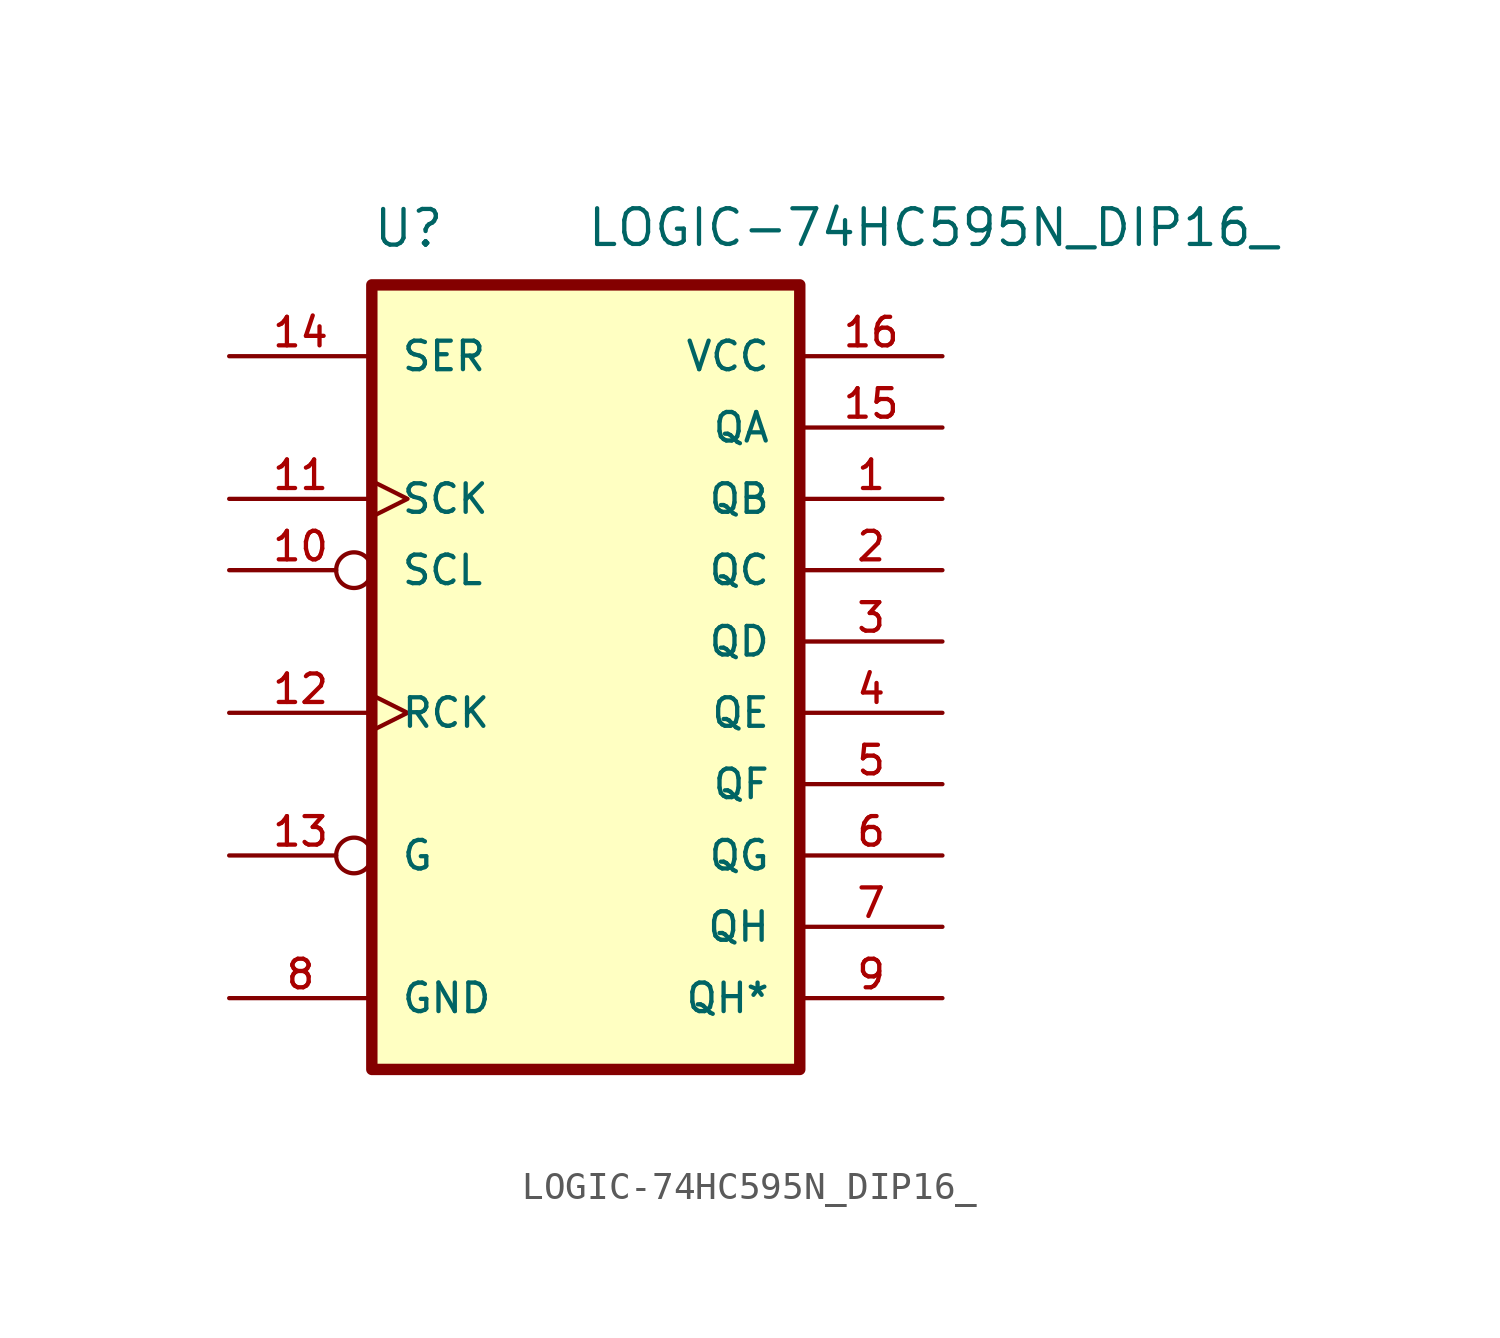
<source format=kicad_sym>
(kicad_symbol_lib
  (version 20211014)
  (generator kicad_symbol_editor)
  (symbol "LOGIC-74HC595N_DIP16_"
    (pin_names
      (offset 1.016))
    (property "Reference" "U"
      (at -7.62 15.24 0)
      (effects (font (size 1.27 1.27)) (justify bottom left)))
    (property "Value" "LOGIC-74HC595N_DIP16_"
      (at 0.0 15.265 0)
      (effects (font (size 1.27 1.27)) (justify bottom left)))
    (symbol "LOGIC-74HC595N_DIP16__0_0"
      (rectangle (start -7.62 -13.97) (end 7.62 13.97) (stroke (width 0.406)) (fill (type background)))
      (pin tri_state line (at 12.7 6.35 180.0) (length 5.08) (name "QB" (effects (font (size 1.016 1.016)))) (number "1" (effects (font (size 1.016 1.016)))))
      (pin tri_state line (at 12.7 3.81 180.0) (length 5.08) (name "QC" (effects (font (size 1.016 1.016)))) (number "2" (effects (font (size 1.016 1.016)))))
      (pin tri_state line (at 12.7 1.27 180.0) (length 5.08) (name "QD" (effects (font (size 1.016 1.016)))) (number "3" (effects (font (size 1.016 1.016)))))
      (pin tri_state line (at 12.7 -1.27 180.0) (length 5.08) (name "QE" (effects (font (size 1.016 1.016)))) (number "4" (effects (font (size 1.016 1.016)))))
      (pin tri_state line (at 12.7 -3.81 180.0) (length 5.08) (name "QF" (effects (font (size 1.016 1.016)))) (number "5" (effects (font (size 1.016 1.016)))))
      (pin tri_state line (at 12.7 -6.35 180.0) (length 5.08) (name "QG" (effects (font (size 1.016 1.016)))) (number "6" (effects (font (size 1.016 1.016)))))
      (pin tri_state line (at 12.7 -8.89 180.0) (length 5.08) (name "QH" (effects (font (size 1.016 1.016)))) (number "7" (effects (font (size 1.016 1.016)))))
      (pin input inverted (at -12.7 3.81 0) (length 5.08) (name "SCL" (effects (font (size 1.016 1.016)))) (number "10" (effects (font (size 1.016 1.016)))))
      (pin input clock (at -12.7 6.35 0) (length 5.08) (name "SCK" (effects (font (size 1.016 1.016)))) (number "11" (effects (font (size 1.016 1.016)))))
      (pin input clock (at -12.7 -1.27 0) (length 5.08) (name "RCK" (effects (font (size 1.016 1.016)))) (number "12" (effects (font (size 1.016 1.016)))))
      (pin input inverted (at -12.7 -6.35 0) (length 5.08) (name "G" (effects (font (size 1.016 1.016)))) (number "13" (effects (font (size 1.016 1.016)))))
      (pin input line (at -12.7 11.43 0) (length 5.08) (name "SER" (effects (font (size 1.016 1.016)))) (number "14" (effects (font (size 1.016 1.016)))))
      (pin tri_state line (at 12.7 8.89 180.0) (length 5.08) (name "QA" (effects (font (size 1.016 1.016)))) (number "15" (effects (font (size 1.016 1.016)))))
      (pin tri_state line (at 12.7 -11.43 180.0) (length 5.08) (name "QH*" (effects (font (size 1.016 1.016)))) (number "9" (effects (font (size 1.016 1.016)))))
      (pin power_in line (at -12.7 -11.43 0) (length 5.08) (name "GND" (effects (font (size 1.016 1.016)))) (number "8" (effects (font (size 1.016 1.016)))))
      (pin power_in line (at 12.7 11.43 180.0) (length 5.08) (name "VCC" (effects (font (size 1.016 1.016)))) (number "16" (effects (font (size 1.016 1.016))))))))
</source>
